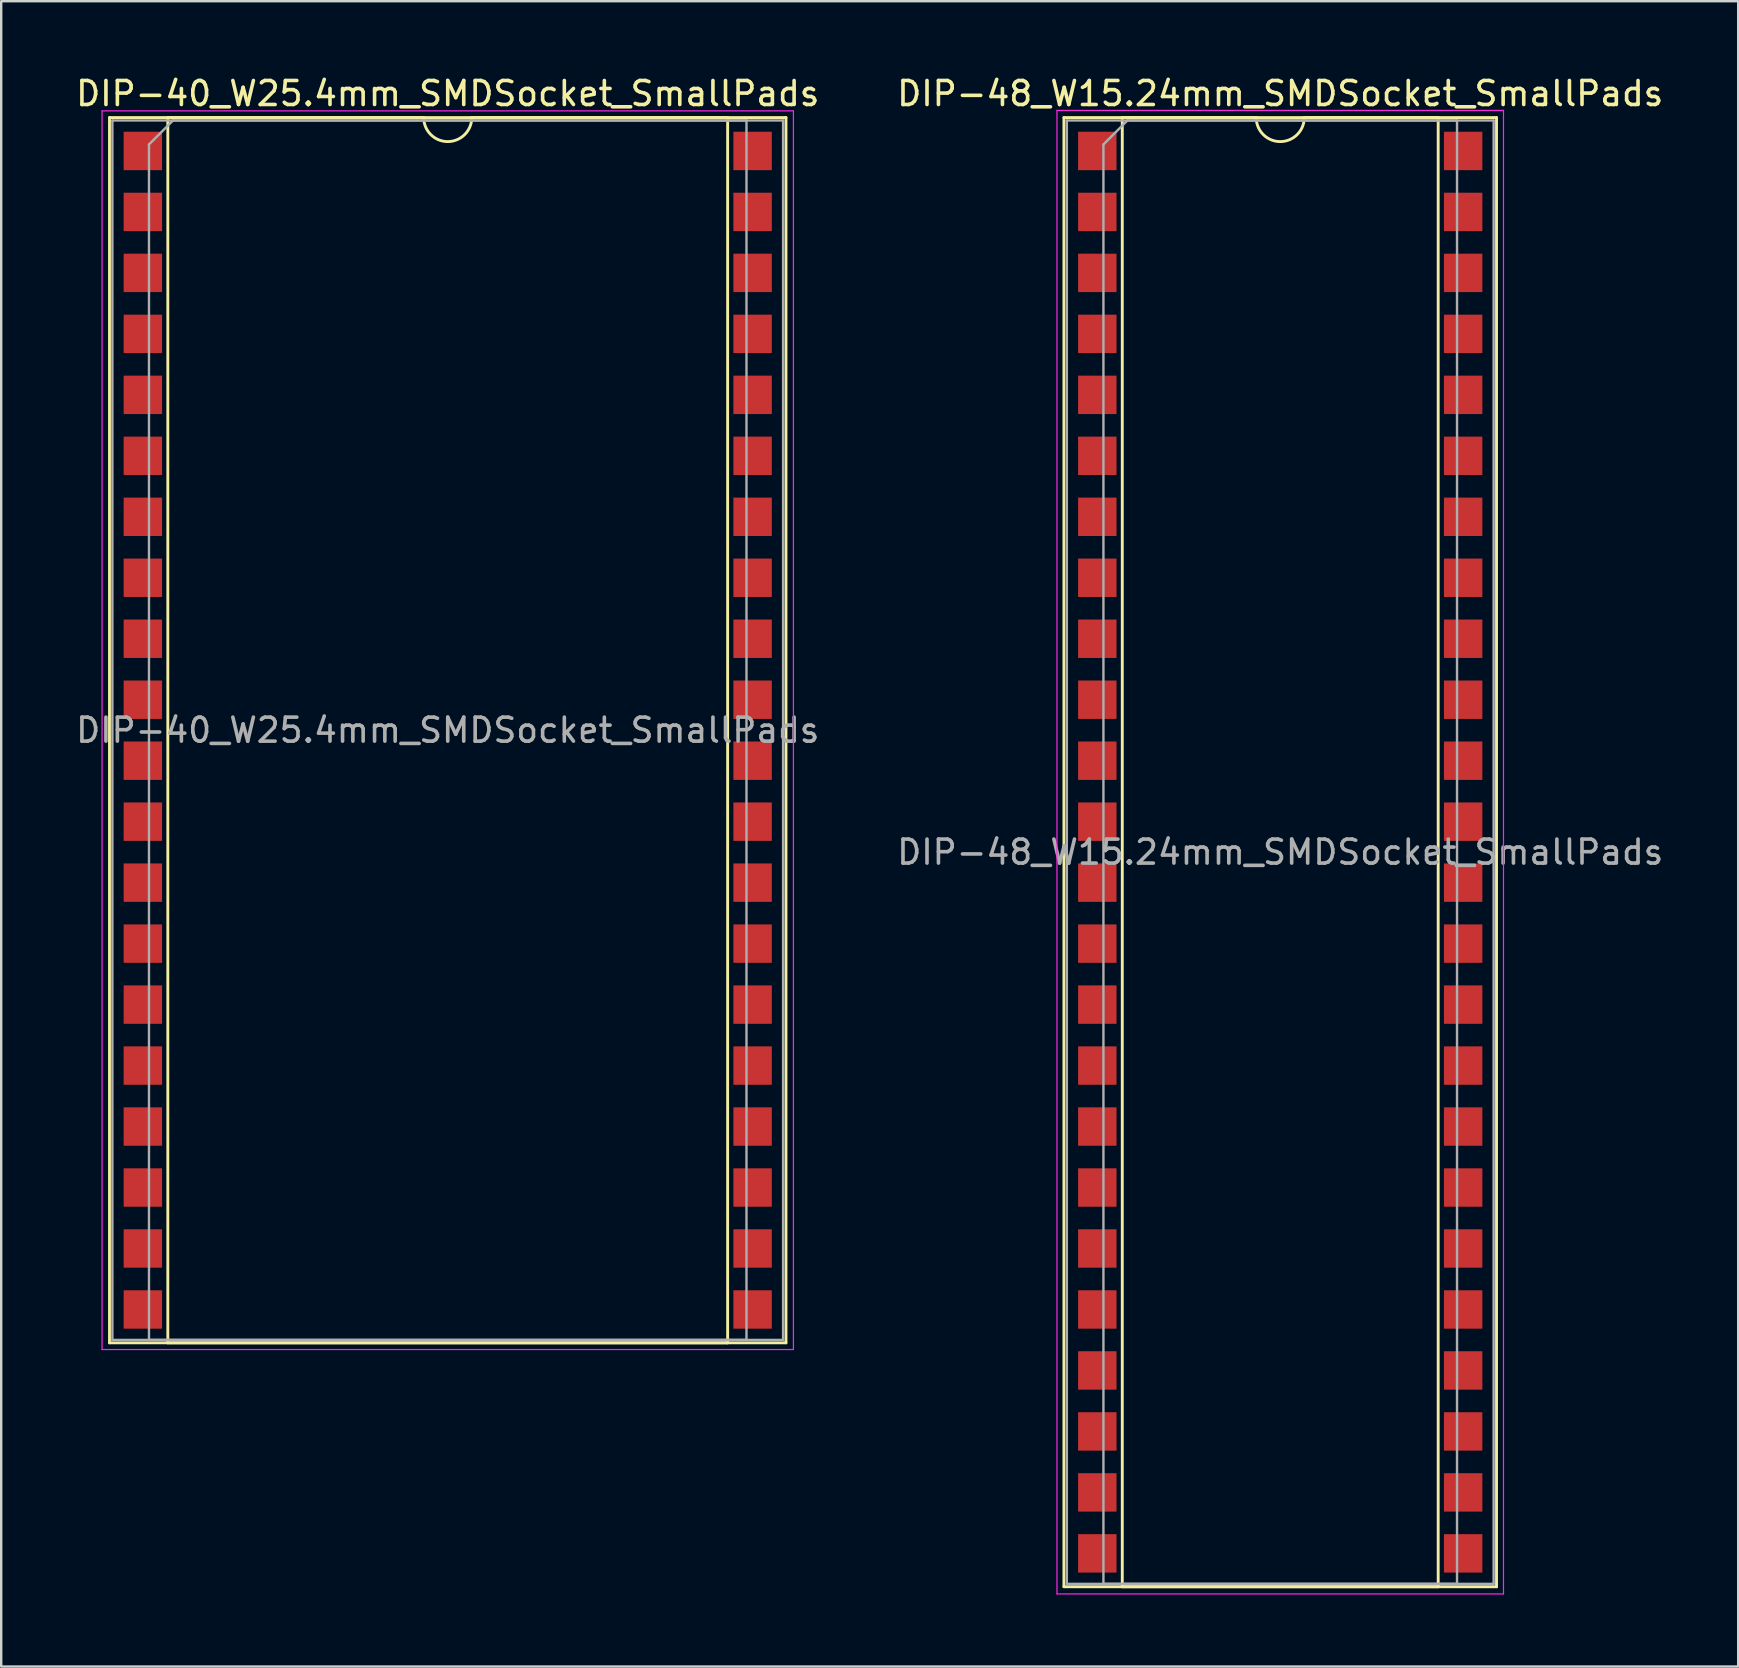
<source format=kicad_pcb>
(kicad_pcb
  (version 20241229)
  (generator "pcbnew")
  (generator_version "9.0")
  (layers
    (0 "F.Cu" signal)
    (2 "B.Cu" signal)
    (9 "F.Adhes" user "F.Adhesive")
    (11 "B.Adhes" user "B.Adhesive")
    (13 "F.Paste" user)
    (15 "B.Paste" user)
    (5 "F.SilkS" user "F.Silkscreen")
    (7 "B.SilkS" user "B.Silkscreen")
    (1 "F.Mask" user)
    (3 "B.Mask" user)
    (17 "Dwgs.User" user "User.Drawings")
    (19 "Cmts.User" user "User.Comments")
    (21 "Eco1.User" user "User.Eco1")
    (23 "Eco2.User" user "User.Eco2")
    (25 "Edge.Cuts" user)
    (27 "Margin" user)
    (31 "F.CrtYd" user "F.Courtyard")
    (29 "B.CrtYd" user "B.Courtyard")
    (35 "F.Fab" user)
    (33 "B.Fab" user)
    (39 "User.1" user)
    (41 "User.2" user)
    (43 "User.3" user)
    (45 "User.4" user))
  (footprint "DIP-40_W25.4mm_SMDSocket_SmallPads"
    (layer "F.Cu")
    (at 15.601 27.368)
    (property "Reference" "DIP-40_W25.4mm_SMDSocket_SmallPads" (at 0 -26.52 0) (layer "F.SilkS") (effects (font (size 1 1) (thickness 0.15))))
    (attr smd)
    (fp_line (start -14.09 -25.52) (end -14.09 25.52) (stroke (width 0.12) (type solid)) (layer "F.SilkS"))
    (fp_line (start -14.09 25.52) (end 14.09 25.52) (stroke (width 0.12) (type solid)) (layer "F.SilkS"))
    (fp_line (start -11.66 -25.52) (end -11.66 25.52) (stroke (width 0.12) (type solid)) (layer "F.SilkS"))
    (fp_line (start -11.66 25.52) (end 11.66 25.52) (stroke (width 0.12) (type solid)) (layer "F.SilkS"))
    (fp_line (start -1 -25.52) (end -11.66 -25.52) (stroke (width 0.12) (type solid)) (layer "F.SilkS"))
    (fp_line (start 11.66 -25.52) (end 1 -25.52) (stroke (width 0.12) (type solid)) (layer "F.SilkS"))
    (fp_line (start 11.66 25.52) (end 11.66 -25.52) (stroke (width 0.12) (type solid)) (layer "F.SilkS"))
    (fp_line (start 14.09 -25.52) (end -14.09 -25.52) (stroke (width 0.12) (type solid)) (layer "F.SilkS"))
    (fp_line (start 14.09 25.52) (end 14.09 -25.52) (stroke (width 0.12) (type solid)) (layer "F.SilkS"))
    (fp_arc (start 1 -25.52) (mid 0 -24.52) (end -1 -25.52) (stroke (width 0.12) (type solid)) (layer "F.SilkS"))
    (fp_line (start -14.4 -25.8) (end -14.4 25.8) (stroke (width 0.05) (type solid)) (layer "F.CrtYd"))
    (fp_line (start -14.4 25.8) (end 14.4 25.8) (stroke (width 0.05) (type solid)) (layer "F.CrtYd"))
    (fp_line (start 14.4 -25.8) (end -14.4 -25.8) (stroke (width 0.05) (type solid)) (layer "F.CrtYd"))
    (fp_line (start 14.4 25.8) (end 14.4 -25.8) (stroke (width 0.05) (type solid)) (layer "F.CrtYd"))
    (fp_line (start -13.97 -25.4) (end -13.97 25.4) (stroke (width 0.1) (type solid)) (layer "F.Fab"))
    (fp_line (start -13.97 25.4) (end 13.97 25.4) (stroke (width 0.1) (type solid)) (layer "F.Fab"))
    (fp_line (start -12.445 -24.4) (end -11.445 -25.4) (stroke (width 0.1) (type solid)) (layer "F.Fab"))
    (fp_line (start -12.445 25.4) (end -12.445 -24.4) (stroke (width 0.1) (type solid)) (layer "F.Fab"))
    (fp_line (start -11.445 -25.4) (end 12.445 -25.4) (stroke (width 0.1) (type solid)) (layer "F.Fab"))
    (fp_line (start 12.445 -25.4) (end 12.445 25.4) (stroke (width 0.1) (type solid)) (layer "F.Fab"))
    (fp_line (start 12.445 25.4) (end -12.445 25.4) (stroke (width 0.1) (type solid)) (layer "F.Fab"))
    (fp_line (start 13.97 -25.4) (end -13.97 -25.4) (stroke (width 0.1) (type solid)) (layer "F.Fab"))
    (fp_line (start 13.97 25.4) (end 13.97 -25.4) (stroke (width 0.1) (type solid)) (layer "F.Fab"))
    (fp_text user "${REFERENCE}" (at 0 0 0) (layer "F.Fab") (effects (font (size 1 1) (thickness 0.15))))
    (pad "1" smd rect (at -12.7 -24.13) (size 1.6 1.6) (layers "F.Cu" "F.Mask" "F.Paste"))
    (pad "2" smd rect (at -12.7 -21.59) (size 1.6 1.6) (layers "F.Cu" "F.Mask" "F.Paste"))
    (pad "3" smd rect (at -12.7 -19.05) (size 1.6 1.6) (layers "F.Cu" "F.Mask" "F.Paste"))
    (pad "4" smd rect (at -12.7 -16.51) (size 1.6 1.6) (layers "F.Cu" "F.Mask" "F.Paste"))
    (pad "5" smd rect (at -12.7 -13.97) (size 1.6 1.6) (layers "F.Cu" "F.Mask" "F.Paste"))
    (pad "6" smd rect (at -12.7 -11.43) (size 1.6 1.6) (layers "F.Cu" "F.Mask" "F.Paste"))
    (pad "7" smd rect (at -12.7 -8.89) (size 1.6 1.6) (layers "F.Cu" "F.Mask" "F.Paste"))
    (pad "8" smd rect (at -12.7 -6.35) (size 1.6 1.6) (layers "F.Cu" "F.Mask" "F.Paste"))
    (pad "9" smd rect (at -12.7 -3.81) (size 1.6 1.6) (layers "F.Cu" "F.Mask" "F.Paste"))
    (pad "10" smd rect (at -12.7 -1.27) (size 1.6 1.6) (layers "F.Cu" "F.Mask" "F.Paste"))
    (pad "11" smd rect (at -12.7 1.27) (size 1.6 1.6) (layers "F.Cu" "F.Mask" "F.Paste"))
    (pad "12" smd rect (at -12.7 3.81) (size 1.6 1.6) (layers "F.Cu" "F.Mask" "F.Paste"))
    (pad "13" smd rect (at -12.7 6.35) (size 1.6 1.6) (layers "F.Cu" "F.Mask" "F.Paste"))
    (pad "14" smd rect (at -12.7 8.89) (size 1.6 1.6) (layers "F.Cu" "F.Mask" "F.Paste"))
    (pad "15" smd rect (at -12.7 11.43) (size 1.6 1.6) (layers "F.Cu" "F.Mask" "F.Paste"))
    (pad "16" smd rect (at -12.7 13.97) (size 1.6 1.6) (layers "F.Cu" "F.Mask" "F.Paste"))
    (pad "17" smd rect (at -12.7 16.51) (size 1.6 1.6) (layers "F.Cu" "F.Mask" "F.Paste"))
    (pad "18" smd rect (at -12.7 19.05) (size 1.6 1.6) (layers "F.Cu" "F.Mask" "F.Paste"))
    (pad "19" smd rect (at -12.7 21.59) (size 1.6 1.6) (layers "F.Cu" "F.Mask" "F.Paste"))
    (pad "20" smd rect (at -12.7 24.13) (size 1.6 1.6) (layers "F.Cu" "F.Mask" "F.Paste"))
    (pad "21" smd rect (at 12.7 24.13) (size 1.6 1.6) (layers "F.Cu" "F.Mask" "F.Paste"))
    (pad "22" smd rect (at 12.7 21.59) (size 1.6 1.6) (layers "F.Cu" "F.Mask" "F.Paste"))
    (pad "23" smd rect (at 12.7 19.05) (size 1.6 1.6) (layers "F.Cu" "F.Mask" "F.Paste"))
    (pad "24" smd rect (at 12.7 16.51) (size 1.6 1.6) (layers "F.Cu" "F.Mask" "F.Paste"))
    (pad "25" smd rect (at 12.7 13.97) (size 1.6 1.6) (layers "F.Cu" "F.Mask" "F.Paste"))
    (pad "26" smd rect (at 12.7 11.43) (size 1.6 1.6) (layers "F.Cu" "F.Mask" "F.Paste"))
    (pad "27" smd rect (at 12.7 8.89) (size 1.6 1.6) (layers "F.Cu" "F.Mask" "F.Paste"))
    (pad "28" smd rect (at 12.7 6.35) (size 1.6 1.6) (layers "F.Cu" "F.Mask" "F.Paste"))
    (pad "29" smd rect (at 12.7 3.81) (size 1.6 1.6) (layers "F.Cu" "F.Mask" "F.Paste"))
    (pad "30" smd rect (at 12.7 1.27) (size 1.6 1.6) (layers "F.Cu" "F.Mask" "F.Paste"))
    (pad "31" smd rect (at 12.7 -1.27) (size 1.6 1.6) (layers "F.Cu" "F.Mask" "F.Paste"))
    (pad "32" smd rect (at 12.7 -3.81) (size 1.6 1.6) (layers "F.Cu" "F.Mask" "F.Paste"))
    (pad "33" smd rect (at 12.7 -6.35) (size 1.6 1.6) (layers "F.Cu" "F.Mask" "F.Paste"))
    (pad "34" smd rect (at 12.7 -8.89) (size 1.6 1.6) (layers "F.Cu" "F.Mask" "F.Paste"))
    (pad "35" smd rect (at 12.7 -11.43) (size 1.6 1.6) (layers "F.Cu" "F.Mask" "F.Paste"))
    (pad "36" smd rect (at 12.7 -13.97) (size 1.6 1.6) (layers "F.Cu" "F.Mask" "F.Paste"))
    (pad "37" smd rect (at 12.7 -16.51) (size 1.6 1.6) (layers "F.Cu" "F.Mask" "F.Paste"))
    (pad "38" smd rect (at 12.7 -19.05) (size 1.6 1.6) (layers "F.Cu" "F.Mask" "F.Paste"))
    (pad "39" smd rect (at 12.7 -21.59) (size 1.6 1.6) (layers "F.Cu" "F.Mask" "F.Paste"))
    (pad "40" smd rect (at 12.7 -24.13) (size 1.6 1.6) (layers "F.Cu" "F.Mask" "F.Paste")))
  (footprint "DIP-48_W15.24mm_SMDSocket_SmallPads"
    (layer "F.Cu")
    (at 50.28 32.448)
    (property "Reference" "DIP-48_W15.24mm_SMDSocket_SmallPads" (at 0 -31.6 0) (layer "F.SilkS") (effects (font (size 1 1) (thickness 0.15))))
    (attr smd)
    (fp_line (start -9.01 -30.6) (end -9.01 30.6) (stroke (width 0.12) (type solid)) (layer "F.SilkS"))
    (fp_line (start -9.01 30.6) (end 9.01 30.6) (stroke (width 0.12) (type solid)) (layer "F.SilkS"))
    (fp_line (start -6.58 -30.6) (end -6.58 30.6) (stroke (width 0.12) (type solid)) (layer "F.SilkS"))
    (fp_line (start -6.58 30.6) (end 6.58 30.6) (stroke (width 0.12) (type solid)) (layer "F.SilkS"))
    (fp_line (start -1 -30.6) (end -6.58 -30.6) (stroke (width 0.12) (type solid)) (layer "F.SilkS"))
    (fp_line (start 6.58 -30.6) (end 1 -30.6) (stroke (width 0.12) (type solid)) (layer "F.SilkS"))
    (fp_line (start 6.58 30.6) (end 6.58 -30.6) (stroke (width 0.12) (type solid)) (layer "F.SilkS"))
    (fp_line (start 9.01 -30.6) (end -9.01 -30.6) (stroke (width 0.12) (type solid)) (layer "F.SilkS"))
    (fp_line (start 9.01 30.6) (end 9.01 -30.6) (stroke (width 0.12) (type solid)) (layer "F.SilkS"))
    (fp_arc (start 1 -30.6) (mid 0 -29.6) (end -1 -30.6) (stroke (width 0.12) (type solid)) (layer "F.SilkS"))
    (fp_line (start -9.3 -30.9) (end -9.3 30.9) (stroke (width 0.05) (type solid)) (layer "F.CrtYd"))
    (fp_line (start -9.3 30.9) (end 9.3 30.9) (stroke (width 0.05) (type solid)) (layer "F.CrtYd"))
    (fp_line (start 9.3 -30.9) (end -9.3 -30.9) (stroke (width 0.05) (type solid)) (layer "F.CrtYd"))
    (fp_line (start 9.3 30.9) (end 9.3 -30.9) (stroke (width 0.05) (type solid)) (layer "F.CrtYd"))
    (fp_line (start -8.89 -30.48) (end -8.89 30.48) (stroke (width 0.1) (type solid)) (layer "F.Fab"))
    (fp_line (start -8.89 30.48) (end 8.89 30.48) (stroke (width 0.1) (type solid)) (layer "F.Fab"))
    (fp_line (start -7.365 -29.48) (end -6.365 -30.48) (stroke (width 0.1) (type solid)) (layer "F.Fab"))
    (fp_line (start -7.365 30.48) (end -7.365 -29.48) (stroke (width 0.1) (type solid)) (layer "F.Fab"))
    (fp_line (start -6.365 -30.48) (end 7.365 -30.48) (stroke (width 0.1) (type solid)) (layer "F.Fab"))
    (fp_line (start 7.365 -30.48) (end 7.365 30.48) (stroke (width 0.1) (type solid)) (layer "F.Fab"))
    (fp_line (start 7.365 30.48) (end -7.365 30.48) (stroke (width 0.1) (type solid)) (layer "F.Fab"))
    (fp_line (start 8.89 -30.48) (end -8.89 -30.48) (stroke (width 0.1) (type solid)) (layer "F.Fab"))
    (fp_line (start 8.89 30.48) (end 8.89 -30.48) (stroke (width 0.1) (type solid)) (layer "F.Fab"))
    (fp_text user "${REFERENCE}" (at 0 0 0) (layer "F.Fab") (effects (font (size 1 1) (thickness 0.15))))
    (pad "1" smd rect (at -7.62 -29.21) (size 1.6 1.6) (layers "F.Cu" "F.Mask" "F.Paste"))
    (pad "2" smd rect (at -7.62 -26.67) (size 1.6 1.6) (layers "F.Cu" "F.Mask" "F.Paste"))
    (pad "3" smd rect (at -7.62 -24.13) (size 1.6 1.6) (layers "F.Cu" "F.Mask" "F.Paste"))
    (pad "4" smd rect (at -7.62 -21.59) (size 1.6 1.6) (layers "F.Cu" "F.Mask" "F.Paste"))
    (pad "5" smd rect (at -7.62 -19.05) (size 1.6 1.6) (layers "F.Cu" "F.Mask" "F.Paste"))
    (pad "6" smd rect (at -7.62 -16.51) (size 1.6 1.6) (layers "F.Cu" "F.Mask" "F.Paste"))
    (pad "7" smd rect (at -7.62 -13.97) (size 1.6 1.6) (layers "F.Cu" "F.Mask" "F.Paste"))
    (pad "8" smd rect (at -7.62 -11.43) (size 1.6 1.6) (layers "F.Cu" "F.Mask" "F.Paste"))
    (pad "9" smd rect (at -7.62 -8.89) (size 1.6 1.6) (layers "F.Cu" "F.Mask" "F.Paste"))
    (pad "10" smd rect (at -7.62 -6.35) (size 1.6 1.6) (layers "F.Cu" "F.Mask" "F.Paste"))
    (pad "11" smd rect (at -7.62 -3.81) (size 1.6 1.6) (layers "F.Cu" "F.Mask" "F.Paste"))
    (pad "12" smd rect (at -7.62 -1.27) (size 1.6 1.6) (layers "F.Cu" "F.Mask" "F.Paste"))
    (pad "13" smd rect (at -7.62 1.27) (size 1.6 1.6) (layers "F.Cu" "F.Mask" "F.Paste"))
    (pad "14" smd rect (at -7.62 3.81) (size 1.6 1.6) (layers "F.Cu" "F.Mask" "F.Paste"))
    (pad "15" smd rect (at -7.62 6.35) (size 1.6 1.6) (layers "F.Cu" "F.Mask" "F.Paste"))
    (pad "16" smd rect (at -7.62 8.89) (size 1.6 1.6) (layers "F.Cu" "F.Mask" "F.Paste"))
    (pad "17" smd rect (at -7.62 11.43) (size 1.6 1.6) (layers "F.Cu" "F.Mask" "F.Paste"))
    (pad "18" smd rect (at -7.62 13.97) (size 1.6 1.6) (layers "F.Cu" "F.Mask" "F.Paste"))
    (pad "19" smd rect (at -7.62 16.51) (size 1.6 1.6) (layers "F.Cu" "F.Mask" "F.Paste"))
    (pad "20" smd rect (at -7.62 19.05) (size 1.6 1.6) (layers "F.Cu" "F.Mask" "F.Paste"))
    (pad "21" smd rect (at -7.62 21.59) (size 1.6 1.6) (layers "F.Cu" "F.Mask" "F.Paste"))
    (pad "22" smd rect (at -7.62 24.13) (size 1.6 1.6) (layers "F.Cu" "F.Mask" "F.Paste"))
    (pad "23" smd rect (at -7.62 26.67) (size 1.6 1.6) (layers "F.Cu" "F.Mask" "F.Paste"))
    (pad "24" smd rect (at -7.62 29.21) (size 1.6 1.6) (layers "F.Cu" "F.Mask" "F.Paste"))
    (pad "25" smd rect (at 7.62 29.21) (size 1.6 1.6) (layers "F.Cu" "F.Mask" "F.Paste"))
    (pad "26" smd rect (at 7.62 26.67) (size 1.6 1.6) (layers "F.Cu" "F.Mask" "F.Paste"))
    (pad "27" smd rect (at 7.62 24.13) (size 1.6 1.6) (layers "F.Cu" "F.Mask" "F.Paste"))
    (pad "28" smd rect (at 7.62 21.59) (size 1.6 1.6) (layers "F.Cu" "F.Mask" "F.Paste"))
    (pad "29" smd rect (at 7.62 19.05) (size 1.6 1.6) (layers "F.Cu" "F.Mask" "F.Paste"))
    (pad "30" smd rect (at 7.62 16.51) (size 1.6 1.6) (layers "F.Cu" "F.Mask" "F.Paste"))
    (pad "31" smd rect (at 7.62 13.97) (size 1.6 1.6) (layers "F.Cu" "F.Mask" "F.Paste"))
    (pad "32" smd rect (at 7.62 11.43) (size 1.6 1.6) (layers "F.Cu" "F.Mask" "F.Paste"))
    (pad "33" smd rect (at 7.62 8.89) (size 1.6 1.6) (layers "F.Cu" "F.Mask" "F.Paste"))
    (pad "34" smd rect (at 7.62 6.35) (size 1.6 1.6) (layers "F.Cu" "F.Mask" "F.Paste"))
    (pad "35" smd rect (at 7.62 3.81) (size 1.6 1.6) (layers "F.Cu" "F.Mask" "F.Paste"))
    (pad "36" smd rect (at 7.62 1.27) (size 1.6 1.6) (layers "F.Cu" "F.Mask" "F.Paste"))
    (pad "37" smd rect (at 7.62 -1.27) (size 1.6 1.6) (layers "F.Cu" "F.Mask" "F.Paste"))
    (pad "38" smd rect (at 7.62 -3.81) (size 1.6 1.6) (layers "F.Cu" "F.Mask" "F.Paste"))
    (pad "39" smd rect (at 7.62 -6.35) (size 1.6 1.6) (layers "F.Cu" "F.Mask" "F.Paste"))
    (pad "40" smd rect (at 7.62 -8.89) (size 1.6 1.6) (layers "F.Cu" "F.Mask" "F.Paste"))
    (pad "41" smd rect (at 7.62 -11.43) (size 1.6 1.6) (layers "F.Cu" "F.Mask" "F.Paste"))
    (pad "42" smd rect (at 7.62 -13.97) (size 1.6 1.6) (layers "F.Cu" "F.Mask" "F.Paste"))
    (pad "43" smd rect (at 7.62 -16.51) (size 1.6 1.6) (layers "F.Cu" "F.Mask" "F.Paste"))
    (pad "44" smd rect (at 7.62 -19.05) (size 1.6 1.6) (layers "F.Cu" "F.Mask" "F.Paste"))
    (pad "45" smd rect (at 7.62 -21.59) (size 1.6 1.6) (layers "F.Cu" "F.Mask" "F.Paste"))
    (pad "46" smd rect (at 7.62 -24.13) (size 1.6 1.6) (layers "F.Cu" "F.Mask" "F.Paste"))
    (pad "47" smd rect (at 7.62 -26.67) (size 1.6 1.6) (layers "F.Cu" "F.Mask" "F.Paste"))
    (pad "48" smd rect (at 7.62 -29.21) (size 1.6 1.6) (layers "F.Cu" "F.Mask" "F.Paste")))
  (gr_rect
    (start -3 -3)
    (end 69.357 66.373)
    (stroke (width 0.1) (type default))
    (fill no)
    (layer "Edge.Cuts")))
</source>
